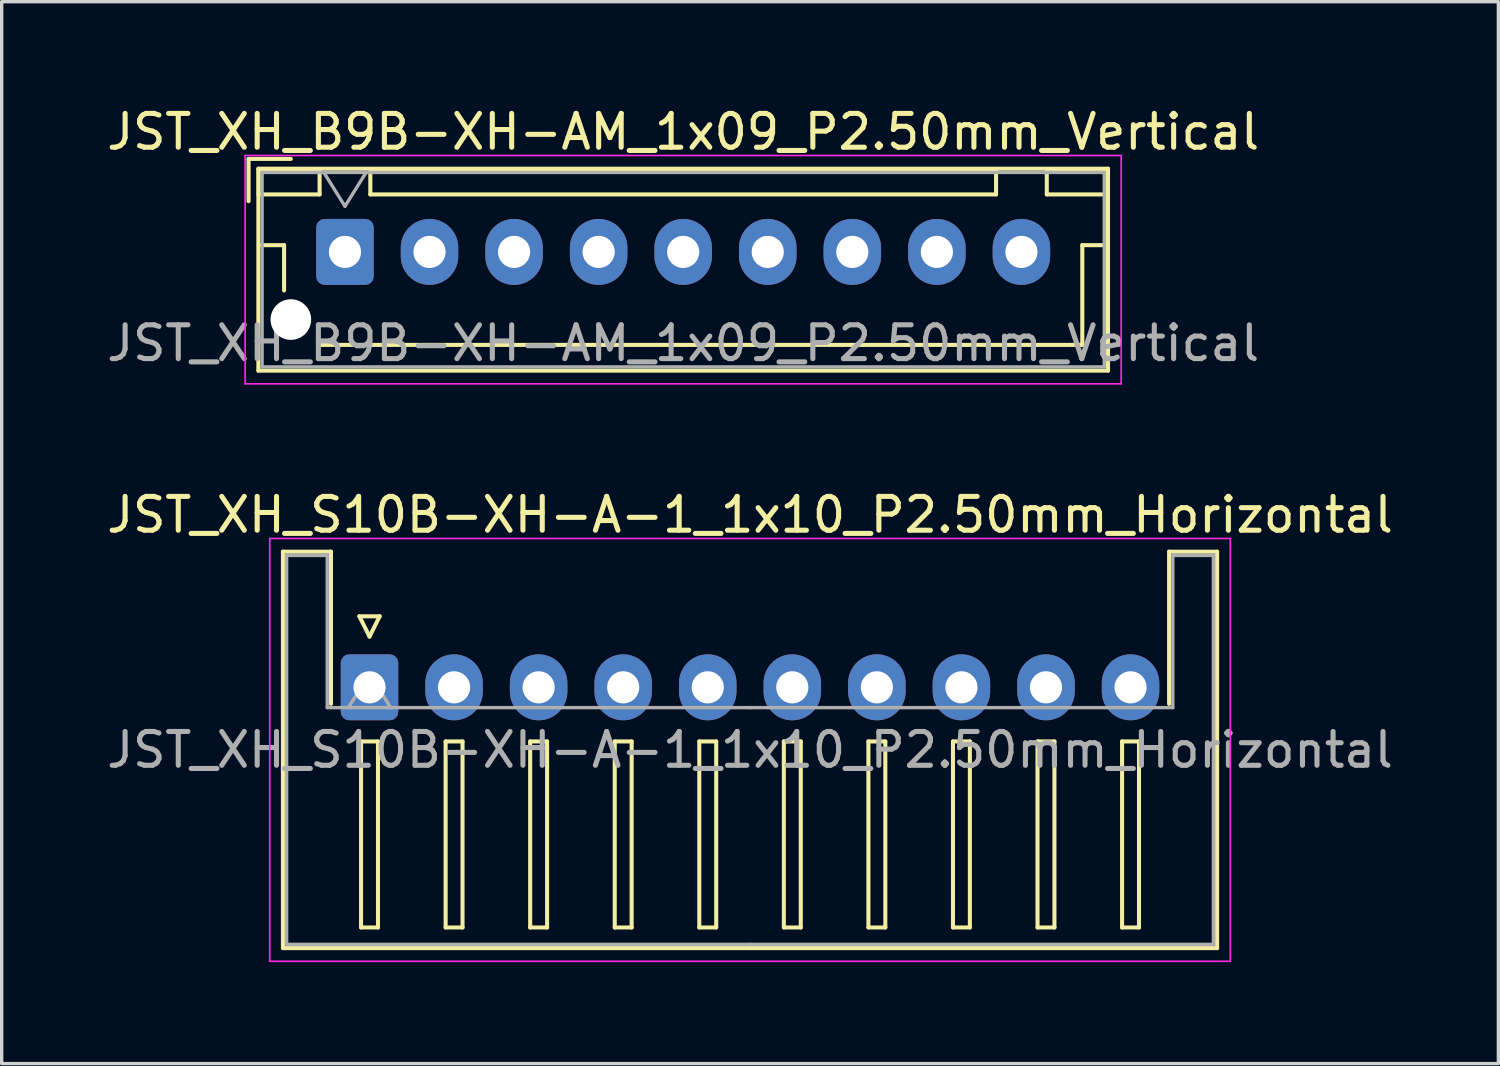
<source format=kicad_pcb>
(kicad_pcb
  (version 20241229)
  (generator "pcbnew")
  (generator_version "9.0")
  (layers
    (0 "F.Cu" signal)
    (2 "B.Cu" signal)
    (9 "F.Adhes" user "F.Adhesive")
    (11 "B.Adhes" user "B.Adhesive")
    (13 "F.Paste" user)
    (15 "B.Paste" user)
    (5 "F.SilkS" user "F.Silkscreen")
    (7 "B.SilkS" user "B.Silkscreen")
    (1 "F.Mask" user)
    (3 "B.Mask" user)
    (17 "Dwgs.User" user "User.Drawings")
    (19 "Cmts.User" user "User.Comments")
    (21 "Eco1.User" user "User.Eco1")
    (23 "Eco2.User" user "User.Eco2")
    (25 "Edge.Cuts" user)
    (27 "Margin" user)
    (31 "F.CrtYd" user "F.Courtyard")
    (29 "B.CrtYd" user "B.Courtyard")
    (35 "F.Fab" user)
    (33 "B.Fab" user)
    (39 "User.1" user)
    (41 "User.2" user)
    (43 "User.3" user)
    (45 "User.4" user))
  (footprint "JST_XH_S10B-XH-A-1_1x10_P2.50mm_Horizontal"
    (layer "F.Cu")
    (at 7.875 17.271)
    (property "Reference" "JST_XH_S10B-XH-A-1_1x10_P2.50mm_Horizontal" (at 11.25 -5.1 0) (layer "F.SilkS") (effects (font (size 1 1) (thickness 0.15))))
    (attr through_hole)
    (fp_line (start -2.56 -4.01) (end -1.14 -4.01) (stroke (width 0.12) (type solid)) (layer "F.SilkS"))
    (fp_line (start -2.56 7.71) (end -2.56 -4.01) (stroke (width 0.12) (type solid)) (layer "F.SilkS"))
    (fp_line (start -1.14 -4.01) (end -1.14 0.49) (stroke (width 0.12) (type solid)) (layer "F.SilkS"))
    (fp_line (start -0.3 -2.1) (end 0.3 -2.1) (stroke (width 0.12) (type solid)) (layer "F.SilkS"))
    (fp_line (start -0.25 1.6) (end -0.25 7.1) (stroke (width 0.12) (type solid)) (layer "F.SilkS"))
    (fp_line (start -0.25 7.1) (end 0.25 7.1) (stroke (width 0.12) (type solid)) (layer "F.SilkS"))
    (fp_line (start 0 -1.5) (end -0.3 -2.1) (stroke (width 0.12) (type solid)) (layer "F.SilkS"))
    (fp_line (start 0.25 1.6) (end -0.25 1.6) (stroke (width 0.12) (type solid)) (layer "F.SilkS"))
    (fp_line (start 0.25 7.1) (end 0.25 1.6) (stroke (width 0.12) (type solid)) (layer "F.SilkS"))
    (fp_line (start 0.3 -2.1) (end 0 -1.5) (stroke (width 0.12) (type solid)) (layer "F.SilkS"))
    (fp_line (start 2.25 1.6) (end 2.25 7.1) (stroke (width 0.12) (type solid)) (layer "F.SilkS"))
    (fp_line (start 2.25 7.1) (end 2.75 7.1) (stroke (width 0.12) (type solid)) (layer "F.SilkS"))
    (fp_line (start 2.75 1.6) (end 2.25 1.6) (stroke (width 0.12) (type solid)) (layer "F.SilkS"))
    (fp_line (start 2.75 7.1) (end 2.75 1.6) (stroke (width 0.12) (type solid)) (layer "F.SilkS"))
    (fp_line (start 4.75 1.6) (end 4.75 7.1) (stroke (width 0.12) (type solid)) (layer "F.SilkS"))
    (fp_line (start 4.75 7.1) (end 5.25 7.1) (stroke (width 0.12) (type solid)) (layer "F.SilkS"))
    (fp_line (start 5.25 1.6) (end 4.75 1.6) (stroke (width 0.12) (type solid)) (layer "F.SilkS"))
    (fp_line (start 5.25 7.1) (end 5.25 1.6) (stroke (width 0.12) (type solid)) (layer "F.SilkS"))
    (fp_line (start 7.25 1.6) (end 7.25 7.1) (stroke (width 0.12) (type solid)) (layer "F.SilkS"))
    (fp_line (start 7.25 7.1) (end 7.75 7.1) (stroke (width 0.12) (type solid)) (layer "F.SilkS"))
    (fp_line (start 7.75 1.6) (end 7.25 1.6) (stroke (width 0.12) (type solid)) (layer "F.SilkS"))
    (fp_line (start 7.75 7.1) (end 7.75 1.6) (stroke (width 0.12) (type solid)) (layer "F.SilkS"))
    (fp_line (start 9.75 1.6) (end 9.75 7.1) (stroke (width 0.12) (type solid)) (layer "F.SilkS"))
    (fp_line (start 9.75 7.1) (end 10.25 7.1) (stroke (width 0.12) (type solid)) (layer "F.SilkS"))
    (fp_line (start 10.25 1.6) (end 9.75 1.6) (stroke (width 0.12) (type solid)) (layer "F.SilkS"))
    (fp_line (start 10.25 7.1) (end 10.25 1.6) (stroke (width 0.12) (type solid)) (layer "F.SilkS"))
    (fp_line (start 11.25 7.71) (end -2.56 7.71) (stroke (width 0.12) (type solid)) (layer "F.SilkS"))
    (fp_line (start 11.25 7.71) (end 25.06 7.71) (stroke (width 0.12) (type solid)) (layer "F.SilkS"))
    (fp_line (start 12.25 1.6) (end 12.25 7.1) (stroke (width 0.12) (type solid)) (layer "F.SilkS"))
    (fp_line (start 12.25 7.1) (end 12.75 7.1) (stroke (width 0.12) (type solid)) (layer "F.SilkS"))
    (fp_line (start 12.75 1.6) (end 12.25 1.6) (stroke (width 0.12) (type solid)) (layer "F.SilkS"))
    (fp_line (start 12.75 7.1) (end 12.75 1.6) (stroke (width 0.12) (type solid)) (layer "F.SilkS"))
    (fp_line (start 14.75 1.6) (end 14.75 7.1) (stroke (width 0.12) (type solid)) (layer "F.SilkS"))
    (fp_line (start 14.75 7.1) (end 15.25 7.1) (stroke (width 0.12) (type solid)) (layer "F.SilkS"))
    (fp_line (start 15.25 1.6) (end 14.75 1.6) (stroke (width 0.12) (type solid)) (layer "F.SilkS"))
    (fp_line (start 15.25 7.1) (end 15.25 1.6) (stroke (width 0.12) (type solid)) (layer "F.SilkS"))
    (fp_line (start 17.25 1.6) (end 17.25 7.1) (stroke (width 0.12) (type solid)) (layer "F.SilkS"))
    (fp_line (start 17.25 7.1) (end 17.75 7.1) (stroke (width 0.12) (type solid)) (layer "F.SilkS"))
    (fp_line (start 17.75 1.6) (end 17.25 1.6) (stroke (width 0.12) (type solid)) (layer "F.SilkS"))
    (fp_line (start 17.75 7.1) (end 17.75 1.6) (stroke (width 0.12) (type solid)) (layer "F.SilkS"))
    (fp_line (start 19.75 1.6) (end 19.75 7.1) (stroke (width 0.12) (type solid)) (layer "F.SilkS"))
    (fp_line (start 19.75 7.1) (end 20.25 7.1) (stroke (width 0.12) (type solid)) (layer "F.SilkS"))
    (fp_line (start 20.25 1.6) (end 19.75 1.6) (stroke (width 0.12) (type solid)) (layer "F.SilkS"))
    (fp_line (start 20.25 7.1) (end 20.25 1.6) (stroke (width 0.12) (type solid)) (layer "F.SilkS"))
    (fp_line (start 22.25 1.6) (end 22.25 7.1) (stroke (width 0.12) (type solid)) (layer "F.SilkS"))
    (fp_line (start 22.25 7.1) (end 22.75 7.1) (stroke (width 0.12) (type solid)) (layer "F.SilkS"))
    (fp_line (start 22.75 1.6) (end 22.25 1.6) (stroke (width 0.12) (type solid)) (layer "F.SilkS"))
    (fp_line (start 22.75 7.1) (end 22.75 1.6) (stroke (width 0.12) (type solid)) (layer "F.SilkS"))
    (fp_line (start 23.64 -4.01) (end 23.64 0.49) (stroke (width 0.12) (type solid)) (layer "F.SilkS"))
    (fp_line (start 25.06 -4.01) (end 23.64 -4.01) (stroke (width 0.12) (type solid)) (layer "F.SilkS"))
    (fp_line (start 25.06 7.71) (end 25.06 -4.01) (stroke (width 0.12) (type solid)) (layer "F.SilkS"))
    (fp_line (start -2.95 -4.4) (end -2.95 8.1) (stroke (width 0.05) (type solid)) (layer "F.CrtYd"))
    (fp_line (start -2.95 8.1) (end 25.45 8.1) (stroke (width 0.05) (type solid)) (layer "F.CrtYd"))
    (fp_line (start 25.45 -4.4) (end -2.95 -4.4) (stroke (width 0.05) (type solid)) (layer "F.CrtYd"))
    (fp_line (start 25.45 8.1) (end 25.45 -4.4) (stroke (width 0.05) (type solid)) (layer "F.CrtYd"))
    (fp_line (start -2.45 -3.9) (end -1.25 -3.9) (stroke (width 0.1) (type solid)) (layer "F.Fab"))
    (fp_line (start -2.45 7.6) (end -2.45 -3.9) (stroke (width 0.1) (type solid)) (layer "F.Fab"))
    (fp_line (start -1.25 -3.9) (end -1.25 0.6) (stroke (width 0.1) (type solid)) (layer "F.Fab"))
    (fp_line (start -1.25 0.6) (end 11.25 0.6) (stroke (width 0.1) (type solid)) (layer "F.Fab"))
    (fp_line (start -0.625 0.6) (end 0 -0.4) (stroke (width 0.1) (type solid)) (layer "F.Fab"))
    (fp_line (start 0 -0.4) (end 0.625 0.6) (stroke (width 0.1) (type solid)) (layer "F.Fab"))
    (fp_line (start 11.25 7.6) (end -2.45 7.6) (stroke (width 0.1) (type solid)) (layer "F.Fab"))
    (fp_line (start 11.25 7.6) (end 24.95 7.6) (stroke (width 0.1) (type solid)) (layer "F.Fab"))
    (fp_line (start 23.75 -3.9) (end 23.75 0.6) (stroke (width 0.1) (type solid)) (layer "F.Fab"))
    (fp_line (start 23.75 0.6) (end 11.25 0.6) (stroke (width 0.1) (type solid)) (layer "F.Fab"))
    (fp_line (start 24.95 -3.9) (end 23.75 -3.9) (stroke (width 0.1) (type solid)) (layer "F.Fab"))
    (fp_line (start 24.95 7.6) (end 24.95 -3.9) (stroke (width 0.1) (type solid)) (layer "F.Fab"))
    (fp_text user "${REFERENCE}" (at 11.25 1.85 0) (layer "F.Fab") (effects (font (size 1 1) (thickness 0.15))))
    (pad "1" thru_hole roundrect (at 0 0) (size 1.7 1.95) (drill 0.95) (layers "*.Cu" "*.Mask") (roundrect_rratio 0.147))
    (pad "2" thru_hole oval (at 2.5 0) (size 1.7 1.95) (drill 0.95) (layers "*.Cu" "*.Mask"))
    (pad "3" thru_hole oval (at 5 0) (size 1.7 1.95) (drill 0.95) (layers "*.Cu" "*.Mask"))
    (pad "4" thru_hole oval (at 7.5 0) (size 1.7 1.95) (drill 0.95) (layers "*.Cu" "*.Mask"))
    (pad "5" thru_hole oval (at 10 0) (size 1.7 1.95) (drill 0.95) (layers "*.Cu" "*.Mask"))
    (pad "6" thru_hole oval (at 12.5 0) (size 1.7 1.95) (drill 0.95) (layers "*.Cu" "*.Mask"))
    (pad "7" thru_hole oval (at 15 0) (size 1.7 1.95) (drill 0.95) (layers "*.Cu" "*.Mask"))
    (pad "8" thru_hole oval (at 17.5 0) (size 1.7 1.95) (drill 0.95) (layers "*.Cu" "*.Mask"))
    (pad "9" thru_hole oval (at 20 0) (size 1.7 1.95) (drill 0.95) (layers "*.Cu" "*.Mask"))
    (pad "10" thru_hole oval (at 22.5 0) (size 1.7 1.95) (drill 0.95) (layers "*.Cu" "*.Mask")))
  (footprint "JST_XH_B9B-XH-AM_1x09_P2.50mm_Vertical"
    (layer "F.Cu")
    (at 7.149 4.398)
    (property "Reference" "JST_XH_B9B-XH-AM_1x09_P2.50mm_Vertical" (at 10 -3.55 0) (layer "F.SilkS") (effects (font (size 1 1) (thickness 0.15))))
    (attr through_hole)
    (fp_line (start -2.85 -2.75) (end -2.85 -1.5) (stroke (width 0.12) (type solid)) (layer "F.SilkS"))
    (fp_line (start -2.56 -2.46) (end -2.56 3.51) (stroke (width 0.12) (type solid)) (layer "F.SilkS"))
    (fp_line (start -2.56 3.51) (end 22.56 3.51) (stroke (width 0.12) (type solid)) (layer "F.SilkS"))
    (fp_line (start -2.55 -2.45) (end -2.55 -1.7) (stroke (width 0.12) (type solid)) (layer "F.SilkS"))
    (fp_line (start -2.55 -1.7) (end -0.75 -1.7) (stroke (width 0.12) (type solid)) (layer "F.SilkS"))
    (fp_line (start -2.55 -0.2) (end -1.8 -0.2) (stroke (width 0.12) (type solid)) (layer "F.SilkS"))
    (fp_line (start -1.8 -0.2) (end -1.8 1.14) (stroke (width 0.12) (type solid)) (layer "F.SilkS"))
    (fp_line (start -1.6 -2.75) (end -2.85 -2.75) (stroke (width 0.12) (type solid)) (layer "F.SilkS"))
    (fp_line (start -0.75 -2.45) (end -2.55 -2.45) (stroke (width 0.12) (type solid)) (layer "F.SilkS"))
    (fp_line (start -0.75 -1.7) (end -0.75 -2.45) (stroke (width 0.12) (type solid)) (layer "F.SilkS"))
    (fp_line (start 0.75 -2.45) (end 0.75 -1.7) (stroke (width 0.12) (type solid)) (layer "F.SilkS"))
    (fp_line (start 0.75 -1.7) (end 19.25 -1.7) (stroke (width 0.12) (type solid)) (layer "F.SilkS"))
    (fp_line (start 10 2.75) (end -0.74 2.75) (stroke (width 0.12) (type solid)) (layer "F.SilkS"))
    (fp_line (start 19.25 -2.45) (end 0.75 -2.45) (stroke (width 0.12) (type solid)) (layer "F.SilkS"))
    (fp_line (start 19.25 -1.7) (end 19.25 -2.45) (stroke (width 0.12) (type solid)) (layer "F.SilkS"))
    (fp_line (start 20.75 -2.45) (end 20.75 -1.7) (stroke (width 0.12) (type solid)) (layer "F.SilkS"))
    (fp_line (start 20.75 -1.7) (end 22.55 -1.7) (stroke (width 0.12) (type solid)) (layer "F.SilkS"))
    (fp_line (start 21.8 -0.2) (end 21.8 2.75) (stroke (width 0.12) (type solid)) (layer "F.SilkS"))
    (fp_line (start 21.8 2.75) (end 10 2.75) (stroke (width 0.12) (type solid)) (layer "F.SilkS"))
    (fp_line (start 22.55 -2.45) (end 20.75 -2.45) (stroke (width 0.12) (type solid)) (layer "F.SilkS"))
    (fp_line (start 22.55 -1.7) (end 22.55 -2.45) (stroke (width 0.12) (type solid)) (layer "F.SilkS"))
    (fp_line (start 22.55 -0.2) (end 21.8 -0.2) (stroke (width 0.12) (type solid)) (layer "F.SilkS"))
    (fp_line (start 22.56 -2.46) (end -2.56 -2.46) (stroke (width 0.12) (type solid)) (layer "F.SilkS"))
    (fp_line (start 22.56 3.51) (end 22.56 -2.46) (stroke (width 0.12) (type solid)) (layer "F.SilkS"))
    (fp_line (start -2.95 -2.85) (end -2.95 3.9) (stroke (width 0.05) (type solid)) (layer "F.CrtYd"))
    (fp_line (start -2.95 3.9) (end 22.95 3.9) (stroke (width 0.05) (type solid)) (layer "F.CrtYd"))
    (fp_line (start 22.95 -2.85) (end -2.95 -2.85) (stroke (width 0.05) (type solid)) (layer "F.CrtYd"))
    (fp_line (start 22.95 3.9) (end 22.95 -2.85) (stroke (width 0.05) (type solid)) (layer "F.CrtYd"))
    (fp_line (start -2.45 -2.35) (end -2.45 3.4) (stroke (width 0.1) (type solid)) (layer "F.Fab"))
    (fp_line (start -2.45 3.4) (end 22.45 3.4) (stroke (width 0.1) (type solid)) (layer "F.Fab"))
    (fp_line (start -0.625 -2.35) (end 0 -1.35) (stroke (width 0.1) (type solid)) (layer "F.Fab"))
    (fp_line (start 0 -1.35) (end 0.625 -2.35) (stroke (width 0.1) (type solid)) (layer "F.Fab"))
    (fp_line (start 22.45 -2.35) (end -2.45 -2.35) (stroke (width 0.1) (type solid)) (layer "F.Fab"))
    (fp_line (start 22.45 3.4) (end 22.45 -2.35) (stroke (width 0.1) (type solid)) (layer "F.Fab"))
    (fp_text user "${REFERENCE}" (at 10 2.7 0) (layer "F.Fab") (effects (font (size 1 1) (thickness 0.15))))
    (pad "" np_thru_hole circle (at -1.6 2) (size 1.2 1.2) (drill 1.2) (layers "*.Cu" "*.Mask"))
    (pad "1" thru_hole roundrect (at 0 0) (size 1.7 1.95) (drill 0.95) (layers "*.Cu" "*.Mask") (roundrect_rratio 0.147))
    (pad "2" thru_hole oval (at 2.5 0) (size 1.7 1.95) (drill 0.95) (layers "*.Cu" "*.Mask"))
    (pad "3" thru_hole oval (at 5 0) (size 1.7 1.95) (drill 0.95) (layers "*.Cu" "*.Mask"))
    (pad "4" thru_hole oval (at 7.5 0) (size 1.7 1.95) (drill 0.95) (layers "*.Cu" "*.Mask"))
    (pad "5" thru_hole oval (at 10 0) (size 1.7 1.95) (drill 0.95) (layers "*.Cu" "*.Mask"))
    (pad "6" thru_hole oval (at 12.5 0) (size 1.7 1.95) (drill 0.95) (layers "*.Cu" "*.Mask"))
    (pad "7" thru_hole oval (at 15 0) (size 1.7 1.95) (drill 0.95) (layers "*.Cu" "*.Mask"))
    (pad "8" thru_hole oval (at 17.5 0) (size 1.7 1.95) (drill 0.95) (layers "*.Cu" "*.Mask"))
    (pad "9" thru_hole oval (at 20 0) (size 1.7 1.95) (drill 0.95) (layers "*.Cu" "*.Mask")))
  (gr_rect
    (start -3 -3)
    (end 41.25 28.396)
    (stroke (width 0.1) (type default))
    (fill no)
    (layer "Edge.Cuts")))
</source>
